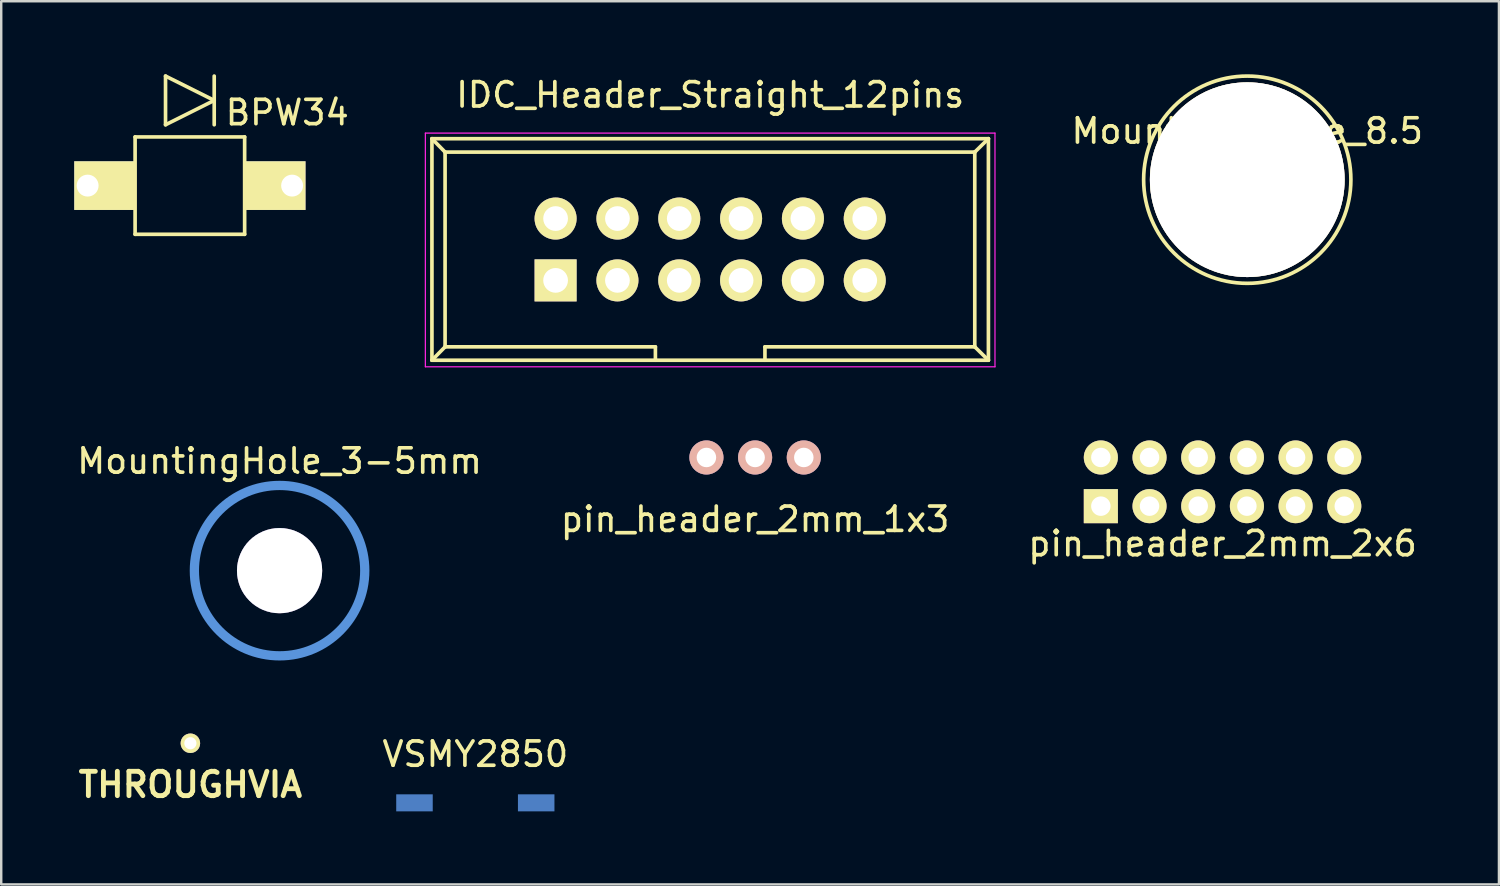
<source format=kicad_pcb>
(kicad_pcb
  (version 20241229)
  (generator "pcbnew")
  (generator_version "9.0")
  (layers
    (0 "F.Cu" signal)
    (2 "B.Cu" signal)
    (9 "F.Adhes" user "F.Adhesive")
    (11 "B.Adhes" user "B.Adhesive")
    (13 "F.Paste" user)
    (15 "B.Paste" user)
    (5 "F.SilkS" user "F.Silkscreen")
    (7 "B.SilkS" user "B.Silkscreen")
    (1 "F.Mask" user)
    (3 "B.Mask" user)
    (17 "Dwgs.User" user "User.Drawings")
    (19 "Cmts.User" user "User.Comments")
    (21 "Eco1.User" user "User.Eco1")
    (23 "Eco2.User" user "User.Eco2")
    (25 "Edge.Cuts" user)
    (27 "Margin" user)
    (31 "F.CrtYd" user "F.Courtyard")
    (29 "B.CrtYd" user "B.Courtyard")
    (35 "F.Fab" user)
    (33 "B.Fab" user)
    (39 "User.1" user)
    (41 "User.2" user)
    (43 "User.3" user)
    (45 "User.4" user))
  (footprint "IDC_Header_Straight_12pins"
    (layer "F.Cu")
    (at 19.774 8.468)
    (property "Reference" "IDC_Header_Straight_12pins" (at 6.35 -7.62 0) (layer "F.SilkS") (effects (font (size 1 1) (thickness 0.15))))
    (attr through_hole)
    (fp_line (start -5.08 -5.82) (end -5.08 3.28) (stroke (width 0.15) (type solid)) (layer "F.SilkS"))
    (fp_line (start -5.08 -5.82) (end -4.54 -5.27) (stroke (width 0.15) (type solid)) (layer "F.SilkS"))
    (fp_line (start -5.08 -5.82) (end 17.78 -5.82) (stroke (width 0.15) (type solid)) (layer "F.SilkS"))
    (fp_line (start -5.08 3.28) (end -4.54 2.73) (stroke (width 0.15) (type solid)) (layer "F.SilkS"))
    (fp_line (start -5.08 3.28) (end 17.78 3.28) (stroke (width 0.15) (type solid)) (layer "F.SilkS"))
    (fp_line (start -4.54 -5.27) (end -4.54 2.73) (stroke (width 0.15) (type solid)) (layer "F.SilkS"))
    (fp_line (start -4.54 -5.27) (end 17.22 -5.27) (stroke (width 0.15) (type solid)) (layer "F.SilkS"))
    (fp_line (start -4.54 2.73) (end 4.1 2.73) (stroke (width 0.15) (type solid)) (layer "F.SilkS"))
    (fp_line (start 4.1 2.73) (end 4.1 3.28) (stroke (width 0.15) (type solid)) (layer "F.SilkS"))
    (fp_line (start 8.6 2.73) (end 8.6 3.28) (stroke (width 0.15) (type solid)) (layer "F.SilkS"))
    (fp_line (start 8.6 2.73) (end 17.22 2.73) (stroke (width 0.15) (type solid)) (layer "F.SilkS"))
    (fp_line (start 17.22 -5.27) (end 17.22 2.73) (stroke (width 0.15) (type solid)) (layer "F.SilkS"))
    (fp_line (start 17.78 -5.82) (end 17.22 -5.27) (stroke (width 0.15) (type solid)) (layer "F.SilkS"))
    (fp_line (start 17.78 -5.82) (end 17.78 3.28) (stroke (width 0.15) (type solid)) (layer "F.SilkS"))
    (fp_line (start 17.78 3.28) (end 17.22 2.73) (stroke (width 0.15) (type solid)) (layer "F.SilkS"))
    (fp_line (start -5.35 -6.05) (end 18.05 -6.05) (stroke (width 0.05) (type solid)) (layer "F.CrtYd"))
    (fp_line (start -5.35 3.55) (end -5.35 -6.05) (stroke (width 0.05) (type solid)) (layer "F.CrtYd"))
    (fp_line (start 18.05 -6.05) (end 18.05 3.55) (stroke (width 0.05) (type solid)) (layer "F.CrtYd"))
    (fp_line (start 18.05 3.55) (end -5.35 3.55) (stroke (width 0.05) (type solid)) (layer "F.CrtYd"))
    (pad "1" thru_hole rect (at 0 0) (size 1.727 1.727) (drill 1.016) (layers "*.Cu" "*.Mask" "F.SilkS"))
    (pad "2" thru_hole oval (at 0 -2.54) (size 1.727 1.727) (drill 1.016) (layers "*.Cu" "*.Mask" "F.SilkS"))
    (pad "3" thru_hole oval (at 2.54 0) (size 1.727 1.727) (drill 1.016) (layers "*.Cu" "*.Mask" "F.SilkS"))
    (pad "4" thru_hole oval (at 2.54 -2.54) (size 1.727 1.727) (drill 1.016) (layers "*.Cu" "*.Mask" "F.SilkS"))
    (pad "5" thru_hole oval (at 5.08 0) (size 1.727 1.727) (drill 1.016) (layers "*.Cu" "*.Mask" "F.SilkS"))
    (pad "6" thru_hole oval (at 5.08 -2.54) (size 1.727 1.727) (drill 1.016) (layers "*.Cu" "*.Mask" "F.SilkS"))
    (pad "7" thru_hole oval (at 7.62 0) (size 1.727 1.727) (drill 1.016) (layers "*.Cu" "*.Mask" "F.SilkS"))
    (pad "8" thru_hole oval (at 7.62 -2.54) (size 1.727 1.727) (drill 1.016) (layers "*.Cu" "*.Mask" "F.SilkS"))
    (pad "9" thru_hole oval (at 10.16 0) (size 1.727 1.727) (drill 1.016) (layers "*.Cu" "*.Mask" "F.SilkS"))
    (pad "10" thru_hole oval (at 10.16 -2.54) (size 1.727 1.727) (drill 1.016) (layers "*.Cu" "*.Mask" "F.SilkS"))
    (pad "11" thru_hole oval (at 12.7 0) (size 1.727 1.727) (drill 1.016) (layers "*.Cu" "*.Mask" "F.SilkS"))
    (pad "12" thru_hole oval (at 12.7 -2.54) (size 1.727 1.727) (drill 1.016) (layers "*.Cu" "*.Mask" "F.SilkS")))
  (footprint "VSMY2850"
    (layer "F.Cu")
    (at 16.477 29.931)
    (property "Reference" "VSMY2850" (at 0 -2 0) (layer "F.SilkS") (effects (font (size 1 1) (thickness 0.15))))
    (attr through_hole)
    (pad "1" smd rect (at 2.5 0) (size 1.5 0.7) (layers "F.Mask" "B.Cu" "F.Paste"))
    (pad "2" smd rect (at -2.5 0) (size 1.5 0.7) (layers "F.Mask" "B.Cu" "F.Paste")))
  (footprint "BPW34"
    (layer "F.Cu")
    (at 4.75 4.575)
    (property "Reference" "BPW34" (at 4 -3 0) (layer "F.SilkS") (effects (font (size 1 1) (thickness 0.15))))
    (attr through_hole)
    (fp_line (start -2.25 -2) (end -2.25 2) (stroke (width 0.15) (type solid)) (layer "F.SilkS"))
    (fp_line (start -2.25 -2) (end 2.25 -2) (stroke (width 0.15) (type solid)) (layer "F.SilkS"))
    (fp_line (start -2.25 2) (end 2.25 2) (stroke (width 0.15) (type solid)) (layer "F.SilkS"))
    (fp_line (start -1 -4.5) (end -1 -2.5) (stroke (width 0.15) (type solid)) (layer "F.SilkS"))
    (fp_line (start -1 -2.5) (end 1 -3.5) (stroke (width 0.15) (type solid)) (layer "F.SilkS"))
    (fp_line (start 1 -4.5) (end 1 -2.5) (stroke (width 0.15) (type solid)) (layer "F.SilkS"))
    (fp_line (start 1 -3.5) (end -1 -4.5) (stroke (width 0.15) (type solid)) (layer "F.SilkS"))
    (fp_line (start 2.25 -2) (end 2.25 2) (stroke (width 0.15) (type solid)) (layer "F.SilkS"))
    (pad "1" thru_hole rect (at -4.2 0 180) (size 2.5 2) (drill 0.9 (offset -0.7 0)) (layers "*.Cu" "*.Mask" "F.SilkS"))
    (pad "2" thru_hole rect (at 4.2 0 180) (size 2.5 2) (drill 0.9 (offset 0.7 0)) (layers "*.Cu" "*.Mask" "F.SilkS")))
  (footprint "Mounting-Hole_8.5"
    (layer "F.Cu")
    (at 48.188 4.332)
    (property "Reference" "Mounting-Hole_8.5" (at 0 -2 0) (layer "F.SilkS") (effects (font (size 1 1) (thickness 0.15))))
    (attr through_hole)
    (fp_circle (center 0 0) (end -4.25 -0.25) (stroke (width 0.15) (type solid)) (fill no) (layer "F.SilkS"))
    (pad "1" thru_hole circle (at 0 0) (size 8 8) (drill 8) (layers "*.Cu" "*.Mask" "F.SilkS")))
  (footprint "pin_header_2mm_2x6"
    (layer "F.Cu")
    (at 47.173 16.743)
    (property "Reference" "pin_header_2mm_2x6" (at 0 2.54 0) (layer "F.SilkS") (effects (font (size 1 1) (thickness 0.15))))
    (attr through_hole)
    (pad "1" thru_hole rect (at -5 1) (size 1.4 1.4) (drill 0.8) (layers "*.Cu" "*.Mask" "F.SilkS"))
    (pad "2" thru_hole circle (at -5 -1) (size 1.4 1.4) (drill 0.8) (layers "*.Cu" "*.Mask" "F.SilkS"))
    (pad "3" thru_hole circle (at -3 1) (size 1.4 1.4) (drill 0.8) (layers "*.Cu" "*.Mask" "F.SilkS"))
    (pad "4" thru_hole circle (at -3 -1) (size 1.4 1.4) (drill 0.8) (layers "*.Cu" "*.Mask" "F.SilkS"))
    (pad "5" thru_hole circle (at -1 1) (size 1.4 1.4) (drill 0.8) (layers "*.Cu" "*.Mask" "F.SilkS"))
    (pad "6" thru_hole circle (at -1 -1) (size 1.4 1.4) (drill 0.8) (layers "*.Cu" "*.Mask" "F.SilkS"))
    (pad "7" thru_hole circle (at 1 1) (size 1.4 1.4) (drill 0.8) (layers "*.Cu" "*.Mask" "F.SilkS"))
    (pad "8" thru_hole circle (at 1 -1) (size 1.4 1.4) (drill 0.8) (layers "*.Cu" "*.Mask" "F.SilkS"))
    (pad "9" thru_hole circle (at 3 1) (size 1.4 1.4) (drill 0.8) (layers "*.Cu" "*.Mask" "F.SilkS"))
    (pad "10" thru_hole circle (at 3 -1) (size 1.4 1.4) (drill 0.8) (layers "*.Cu" "*.Mask" "F.SilkS"))
    (pad "11" thru_hole circle (at 5 1) (size 1.4 1.4) (drill 0.8) (layers "*.Cu" "*.Mask" "F.SilkS"))
    (pad "12" thru_hole circle (at 5 -1) (size 1.4 1.4) (drill 0.8) (layers "*.Cu" "*.Mask" "F.SilkS")))
  (footprint "THROUGHVIA"
    (layer "F.Cu")
    (at 4.771 27.483)
    (property "Reference" "THROUGHVIA" (at 0 1.7 0) (layer "F.SilkS") (effects (font (size 1 1) (thickness 0.2))))
    (attr through_hole)
    (pad "1" thru_hole circle (at 0 0) (size 0.8 0.8) (drill 0.5) (layers "*.Cu" "*.Mask" "F.SilkS")))
  (footprint "MountingHole_3-5mm"
    (layer "F.Cu")
    (at 8.435 20.392)
    (property "Reference" "MountingHole_3-5mm" (at 0 -4.501 0) (layer "F.SilkS") (effects (font (size 1 1) (thickness 0.15))))
    (attr through_hole)
    (fp_circle (center 0 0) (end 3.5 0) (stroke (width 0.381) (type solid)) (fill no) (layer "Cmts.User"))
    (pad "" thru_hole circle (at 0 0) (size 3.5 3.5) (drill 3.5) (layers)))
  (footprint "pin_header_2mm_1x3"
    (layer "F.Cu")
    (at 27.97 15.743)
    (property "Reference" "pin_header_2mm_1x3" (at 0 2.54 0) (layer "F.SilkS") (effects (font (size 1 1) (thickness 0.15))))
    (attr through_hole)
    (pad "1" thru_hole circle (at -2 0) (size 1.4 1.4) (drill 0.8) (layers "*.Cu" "*.Mask" "B.SilkS"))
    (pad "2" thru_hole circle (at 0 0) (size 1.4 1.4) (drill 0.8) (layers "*.Cu" "*.Mask" "B.SilkS"))
    (pad "3" thru_hole circle (at 2 0) (size 1.4 1.4) (drill 0.8) (layers "*.Cu" "*.Mask" "B.SilkS")))
  (gr_rect
    (start -3 -3)
    (end 58.527 33.281)
    (stroke (width 0.1) (type default))
    (fill no)
    (layer "Edge.Cuts")))
</source>
